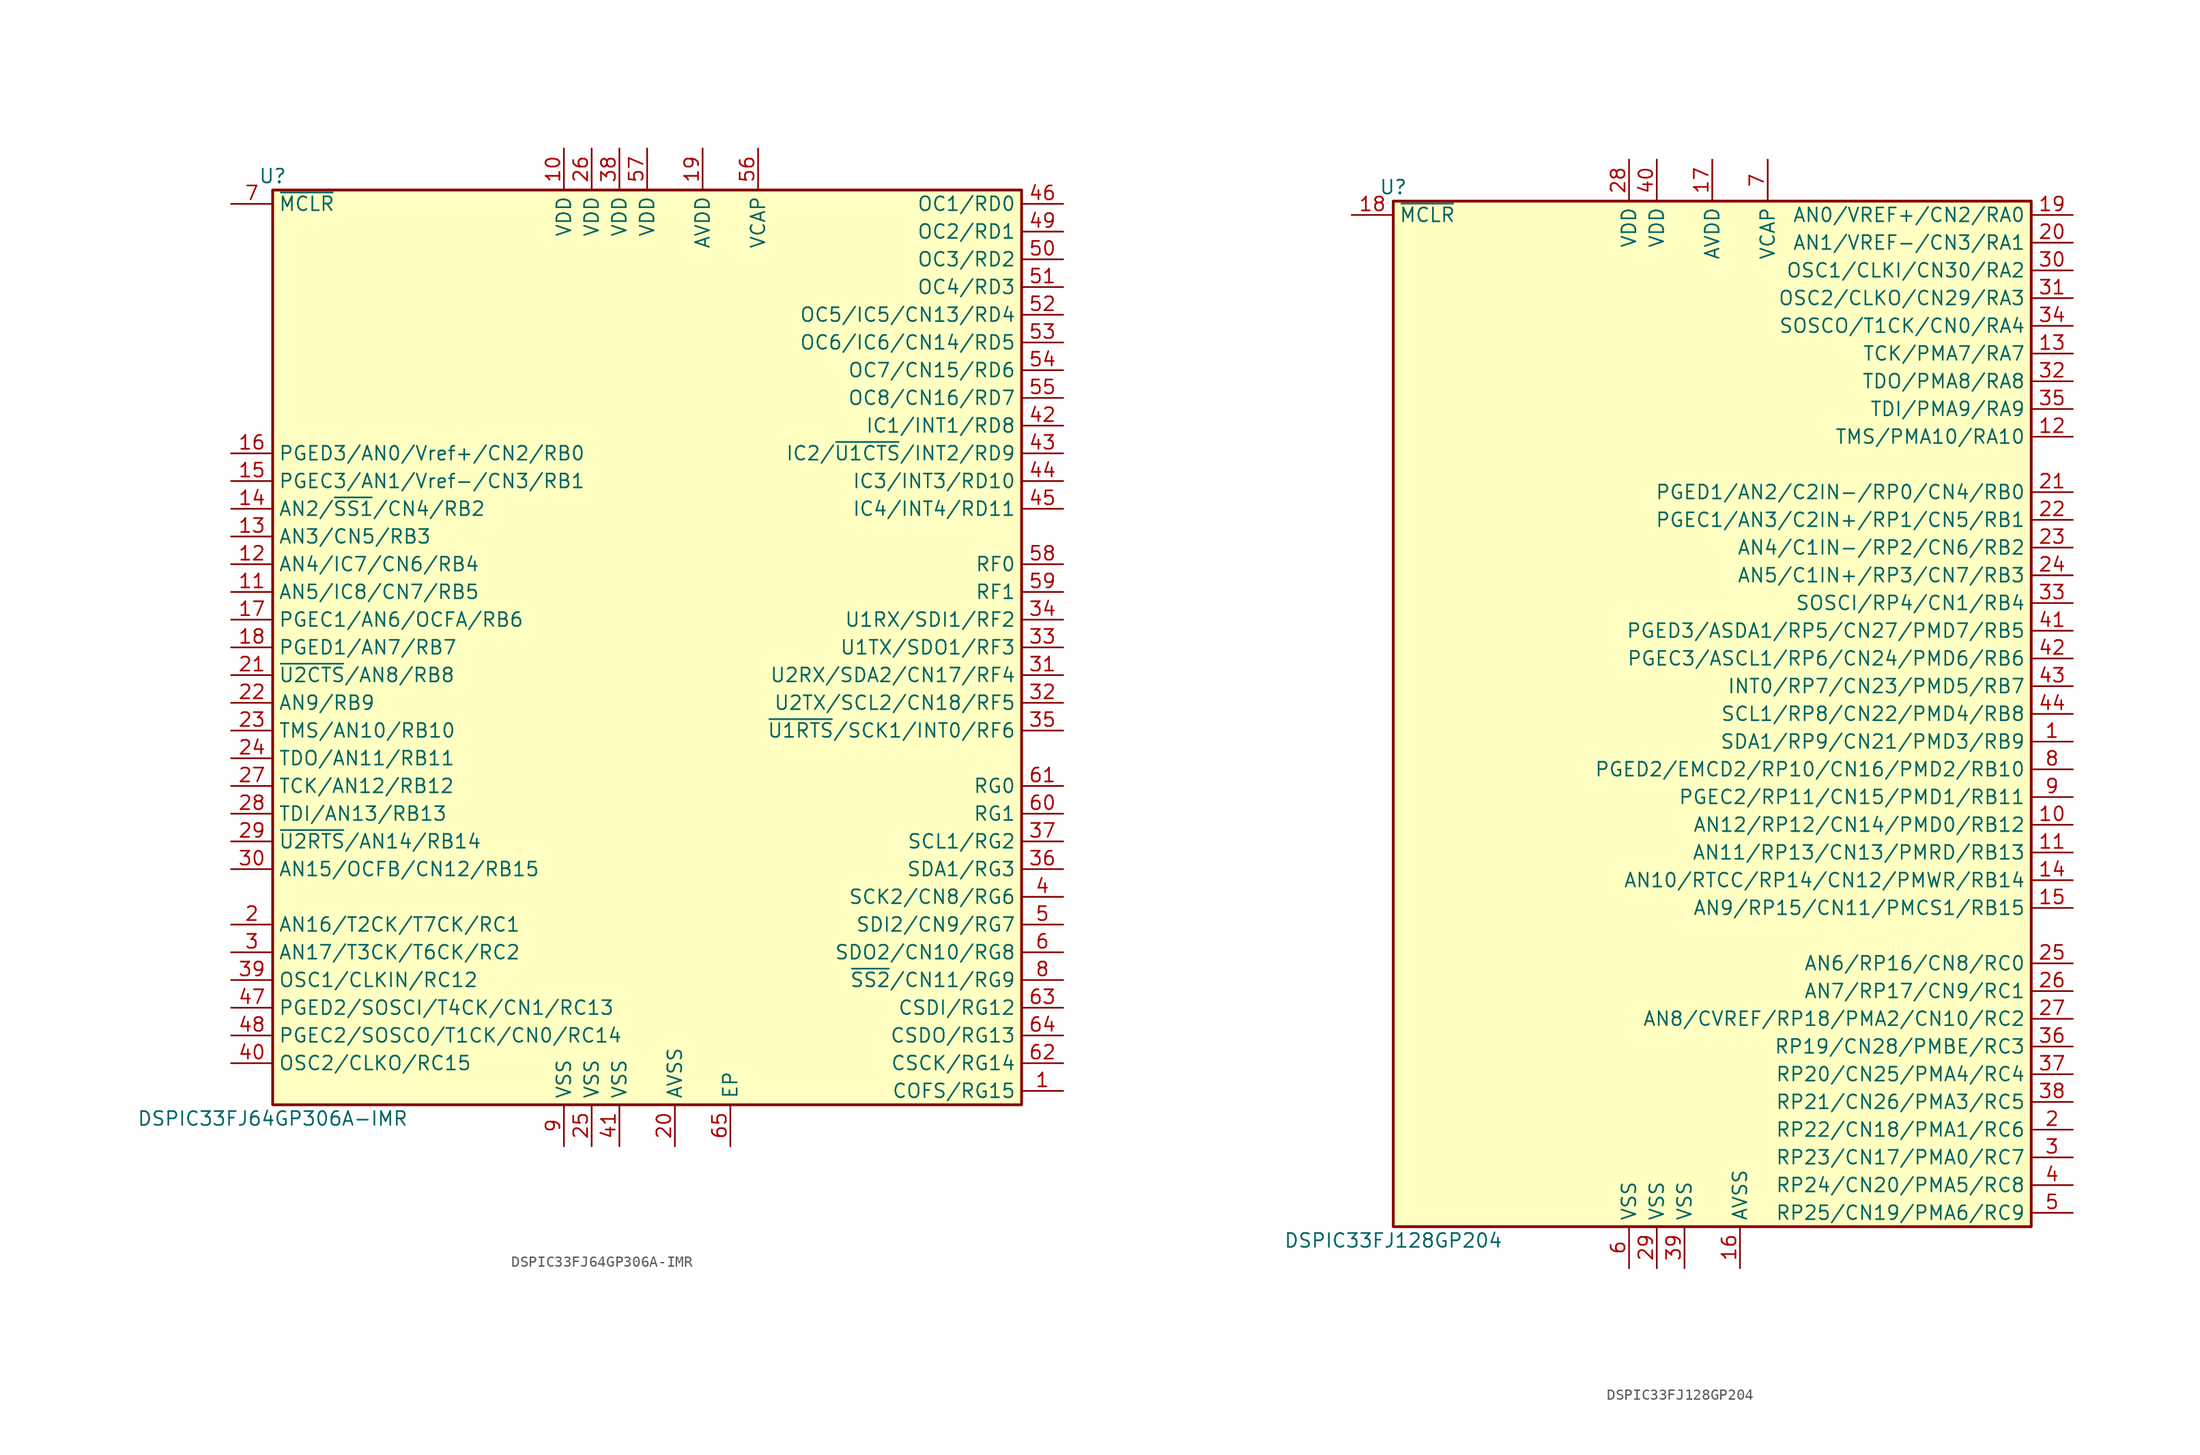
<source format=kicad_sym>
(kicad_symbol_lib
  (version 20231120)
  (generator "kicad_symbol_editor")
  (generator_version "8.0")
  (symbol "DSPIC33FJ64GP306A-IMR"
    (property "Reference" "U"
      (at -34.29 43.18 0)
      (effects (font (size 1.27 1.27))))
    (property "Value" "DSPIC33FJ64GP306A-IMR"
      (at -34.29 -43.18 0)
      (effects (font (size 1.27 1.27))))
    (symbol "DSPIC33FJ64GP306A-IMR_1_1"
      (rectangle (start -34.29 41.91) (end 34.29 -41.91) (stroke (width 0.254) (type default)) (fill (type background)))
      (pin bidirectional line (at 38.1 -40.64 180) (length 3.81) (name "COFS/RG15" (effects (font (size 1.27 1.27)))) (number "1" (effects (font (size 1.27 1.27)))))
      (pin power_in line (at -7.62 45.72 270) (length 3.81) (name "VDD" (effects (font (size 1.27 1.27)))) (number "10" (effects (font (size 1.27 1.27)))))
      (pin input line (at -38.1 5.08 0) (length 3.81) (name "AN5/IC8/CN7/RB5" (effects (font (size 1.27 1.27)))) (number "11" (effects (font (size 1.27 1.27)))))
      (pin input line (at -38.1 7.62 0) (length 3.81) (name "AN4/IC7/CN6/RB4" (effects (font (size 1.27 1.27)))) (number "12" (effects (font (size 1.27 1.27)))))
      (pin bidirectional line (at -38.1 10.16 0) (length 3.81) (name "AN3/CN5/RB3" (effects (font (size 1.27 1.27)))) (number "13" (effects (font (size 1.27 1.27)))))
      (pin bidirectional line (at -38.1 12.7 0) (length 3.81) (name "AN2/~{SS1}/CN4/RB2" (effects (font (size 1.27 1.27)))) (number "14" (effects (font (size 1.27 1.27)))))
      (pin bidirectional line (at -38.1 15.24 0) (length 3.81) (name "PGEC3/AN1/Vref-/CN3/RB1" (effects (font (size 1.27 1.27)))) (number "15" (effects (font (size 1.27 1.27)))))
      (pin bidirectional line (at -38.1 17.78 0) (length 3.81) (name "PGED3/AN0/Vref+/CN2/RB0" (effects (font (size 1.27 1.27)))) (number "16" (effects (font (size 1.27 1.27)))))
      (pin input line (at -38.1 2.54 0) (length 3.81) (name "PGEC1/AN6/OCFA/RB6" (effects (font (size 1.27 1.27)))) (number "17" (effects (font (size 1.27 1.27)))))
      (pin input line (at -38.1 0 0) (length 3.81) (name "PGED1/AN7/RB7" (effects (font (size 1.27 1.27)))) (number "18" (effects (font (size 1.27 1.27)))))
      (pin power_in line (at 5.08 45.72 270) (length 3.81) (name "AVDD" (effects (font (size 1.27 1.27)))) (number "19" (effects (font (size 1.27 1.27)))))
      (pin bidirectional line (at -38.1 -25.4 0) (length 3.81) (name "AN16/T2CK/T7CK/RC1" (effects (font (size 1.27 1.27)))) (number "2" (effects (font (size 1.27 1.27)))))
      (pin power_in line (at 2.54 -45.72 90) (length 3.81) (name "AVSS" (effects (font (size 1.27 1.27)))) (number "20" (effects (font (size 1.27 1.27)))))
      (pin input line (at -38.1 -2.54 0) (length 3.81) (name "~{U2CTS}/AN8/RB8" (effects (font (size 1.27 1.27)))) (number "21" (effects (font (size 1.27 1.27)))))
      (pin bidirectional line (at -38.1 -5.08 0) (length 3.81) (name "AN9/RB9" (effects (font (size 1.27 1.27)))) (number "22" (effects (font (size 1.27 1.27)))))
      (pin bidirectional line (at -38.1 -7.62 0) (length 3.81) (name "TMS/AN10/RB10" (effects (font (size 1.27 1.27)))) (number "23" (effects (font (size 1.27 1.27)))))
      (pin bidirectional line (at -38.1 -10.16 0) (length 3.81) (name "TDO/AN11/RB11" (effects (font (size 1.27 1.27)))) (number "24" (effects (font (size 1.27 1.27)))))
      (pin power_in line (at -5.08 -45.72 90) (length 3.81) (name "VSS" (effects (font (size 1.27 1.27)))) (number "25" (effects (font (size 1.27 1.27)))))
      (pin power_in line (at -5.08 45.72 270) (length 3.81) (name "VDD" (effects (font (size 1.27 1.27)))) (number "26" (effects (font (size 1.27 1.27)))))
      (pin bidirectional line (at -38.1 -12.7 0) (length 3.81) (name "TCK/AN12/RB12" (effects (font (size 1.27 1.27)))) (number "27" (effects (font (size 1.27 1.27)))))
      (pin bidirectional line (at -38.1 -15.24 0) (length 3.81) (name "TDI/AN13/RB13" (effects (font (size 1.27 1.27)))) (number "28" (effects (font (size 1.27 1.27)))))
      (pin bidirectional line (at -38.1 -17.78 0) (length 3.81) (name "~{U2RTS}/AN14/RB14" (effects (font (size 1.27 1.27)))) (number "29" (effects (font (size 1.27 1.27)))))
      (pin bidirectional line (at -38.1 -27.94 0) (length 3.81) (name "AN17/T3CK/T6CK/RC2" (effects (font (size 1.27 1.27)))) (number "3" (effects (font (size 1.27 1.27)))))
      (pin bidirectional line (at -38.1 -20.32 0) (length 3.81) (name "AN15/OCFB/CN12/RB15" (effects (font (size 1.27 1.27)))) (number "30" (effects (font (size 1.27 1.27)))))
      (pin bidirectional line (at 38.1 -2.54 180) (length 3.81) (name "U2RX/SDA2/CN17/RF4" (effects (font (size 1.27 1.27)))) (number "31" (effects (font (size 1.27 1.27)))))
      (pin bidirectional line (at 38.1 -5.08 180) (length 3.81) (name "U2TX/SCL2/CN18/RF5" (effects (font (size 1.27 1.27)))) (number "32" (effects (font (size 1.27 1.27)))))
      (pin bidirectional line (at 38.1 0 180) (length 3.81) (name "U1TX/SDO1/RF3" (effects (font (size 1.27 1.27)))) (number "33" (effects (font (size 1.27 1.27)))))
      (pin bidirectional line (at 38.1 2.54 180) (length 3.81) (name "U1RX/SDI1/RF2" (effects (font (size 1.27 1.27)))) (number "34" (effects (font (size 1.27 1.27)))))
      (pin bidirectional line (at 38.1 -7.62 180) (length 3.81) (name "~{U1RTS}/SCK1/INT0/RF6" (effects (font (size 1.27 1.27)))) (number "35" (effects (font (size 1.27 1.27)))))
      (pin bidirectional line (at 38.1 -20.32 180) (length 3.81) (name "SDA1/RG3" (effects (font (size 1.27 1.27)))) (number "36" (effects (font (size 1.27 1.27)))))
      (pin bidirectional line (at 38.1 -17.78 180) (length 3.81) (name "SCL1/RG2" (effects (font (size 1.27 1.27)))) (number "37" (effects (font (size 1.27 1.27)))))
      (pin power_in line (at -2.54 45.72 270) (length 3.81) (name "VDD" (effects (font (size 1.27 1.27)))) (number "38" (effects (font (size 1.27 1.27)))))
      (pin bidirectional line (at -38.1 -30.48 0) (length 3.81) (name "OSC1/CLKIN/RC12" (effects (font (size 1.27 1.27)))) (number "39" (effects (font (size 1.27 1.27)))))
      (pin bidirectional line (at 38.1 -22.86 180) (length 3.81) (name "SCK2/CN8/RG6" (effects (font (size 1.27 1.27)))) (number "4" (effects (font (size 1.27 1.27)))))
      (pin bidirectional line (at -38.1 -38.1 0) (length 3.81) (name "OSC2/CLKO/RC15" (effects (font (size 1.27 1.27)))) (number "40" (effects (font (size 1.27 1.27)))))
      (pin power_in line (at -2.54 -45.72 90) (length 3.81) (name "VSS" (effects (font (size 1.27 1.27)))) (number "41" (effects (font (size 1.27 1.27)))))
      (pin bidirectional line (at 38.1 20.32 180) (length 3.81) (name "IC1/INT1/RD8" (effects (font (size 1.27 1.27)))) (number "42" (effects (font (size 1.27 1.27)))))
      (pin bidirectional line (at 38.1 17.78 180) (length 3.81) (name "IC2/~{U1CTS}/INT2/RD9" (effects (font (size 1.27 1.27)))) (number "43" (effects (font (size 1.27 1.27)))))
      (pin bidirectional line (at 38.1 15.24 180) (length 3.81) (name "IC3/INT3/RD10" (effects (font (size 1.27 1.27)))) (number "44" (effects (font (size 1.27 1.27)))))
      (pin bidirectional line (at 38.1 12.7 180) (length 3.81) (name "IC4/INT4/RD11" (effects (font (size 1.27 1.27)))) (number "45" (effects (font (size 1.27 1.27)))))
      (pin bidirectional line (at 38.1 40.64 180) (length 3.81) (name "OC1/RD0" (effects (font (size 1.27 1.27)))) (number "46" (effects (font (size 1.27 1.27)))))
      (pin bidirectional line (at -38.1 -33.02 0) (length 3.81) (name "PGED2/SOSCI/T4CK/CN1/RC13" (effects (font (size 1.27 1.27)))) (number "47" (effects (font (size 1.27 1.27)))))
      (pin bidirectional line (at -38.1 -35.56 0) (length 3.81) (name "PGEC2/SOSCO/T1CK/CN0/RC14" (effects (font (size 1.27 1.27)))) (number "48" (effects (font (size 1.27 1.27)))))
      (pin bidirectional line (at 38.1 38.1 180) (length 3.81) (name "OC2/RD1" (effects (font (size 1.27 1.27)))) (number "49" (effects (font (size 1.27 1.27)))))
      (pin bidirectional line (at 38.1 -25.4 180) (length 3.81) (name "SDI2/CN9/RG7" (effects (font (size 1.27 1.27)))) (number "5" (effects (font (size 1.27 1.27)))))
      (pin bidirectional line (at 38.1 35.56 180) (length 3.81) (name "OC3/RD2" (effects (font (size 1.27 1.27)))) (number "50" (effects (font (size 1.27 1.27)))))
      (pin bidirectional line (at 38.1 33.02 180) (length 3.81) (name "OC4/RD3" (effects (font (size 1.27 1.27)))) (number "51" (effects (font (size 1.27 1.27)))))
      (pin bidirectional line (at 38.1 30.48 180) (length 3.81) (name "OC5/IC5/CN13/RD4" (effects (font (size 1.27 1.27)))) (number "52" (effects (font (size 1.27 1.27)))))
      (pin bidirectional line (at 38.1 27.94 180) (length 3.81) (name "OC6/IC6/CN14/RD5" (effects (font (size 1.27 1.27)))) (number "53" (effects (font (size 1.27 1.27)))))
      (pin bidirectional line (at 38.1 25.4 180) (length 3.81) (name "OC7/CN15/RD6" (effects (font (size 1.27 1.27)))) (number "54" (effects (font (size 1.27 1.27)))))
      (pin bidirectional line (at 38.1 22.86 180) (length 3.81) (name "OC8/CN16/RD7" (effects (font (size 1.27 1.27)))) (number "55" (effects (font (size 1.27 1.27)))))
      (pin power_in line (at 10.16 45.72 270) (length 3.81) (name "VCAP" (effects (font (size 1.27 1.27)))) (number "56" (effects (font (size 1.27 1.27)))))
      (pin power_in line (at 0 45.72 270) (length 3.81) (name "VDD" (effects (font (size 1.27 1.27)))) (number "57" (effects (font (size 1.27 1.27)))))
      (pin bidirectional line (at 38.1 7.62 180) (length 3.81) (name "RF0" (effects (font (size 1.27 1.27)))) (number "58" (effects (font (size 1.27 1.27)))))
      (pin bidirectional line (at 38.1 5.08 180) (length 3.81) (name "RF1" (effects (font (size 1.27 1.27)))) (number "59" (effects (font (size 1.27 1.27)))))
      (pin bidirectional line (at 38.1 -27.94 180) (length 3.81) (name "SDO2/CN10/RG8" (effects (font (size 1.27 1.27)))) (number "6" (effects (font (size 1.27 1.27)))))
      (pin bidirectional line (at 38.1 -15.24 180) (length 3.81) (name "RG1" (effects (font (size 1.27 1.27)))) (number "60" (effects (font (size 1.27 1.27)))))
      (pin bidirectional line (at 38.1 -12.7 180) (length 3.81) (name "RG0" (effects (font (size 1.27 1.27)))) (number "61" (effects (font (size 1.27 1.27)))))
      (pin bidirectional line (at 38.1 -38.1 180) (length 3.81) (name "CSCK/RG14" (effects (font (size 1.27 1.27)))) (number "62" (effects (font (size 1.27 1.27)))))
      (pin bidirectional line (at 38.1 -33.02 180) (length 3.81) (name "CSDI/RG12" (effects (font (size 1.27 1.27)))) (number "63" (effects (font (size 1.27 1.27)))))
      (pin bidirectional line (at 38.1 -35.56 180) (length 3.81) (name "CSDO/RG13" (effects (font (size 1.27 1.27)))) (number "64" (effects (font (size 1.27 1.27)))))
      (pin power_in line (at 7.62 -45.72 90) (length 3.81) (name "EP" (effects (font (size 1.27 1.27)))) (number "65" (effects (font (size 1.27 1.27)))))
      (pin input line (at -38.1 40.64 0) (length 3.81) (name "~{MCLR}" (effects (font (size 1.27 1.27)))) (number "7" (effects (font (size 1.27 1.27)))))
      (pin bidirectional line (at 38.1 -30.48 180) (length 3.81) (name "~{SS2}/CN11/RG9" (effects (font (size 1.27 1.27)))) (number "8" (effects (font (size 1.27 1.27)))))
      (pin power_in line (at -7.62 -45.72 90) (length 3.81) (name "VSS" (effects (font (size 1.27 1.27)))) (number "9" (effects (font (size 1.27 1.27)))))))
  (symbol "DSPIC33FJ128GP204"
    (property "Reference" "U"
      (at -29.21 48.26 0)
      (effects (font (size 1.27 1.27))))
    (property "Value" "DSPIC33FJ128GP204"
      (at -29.21 -48.26 0)
      (effects (font (size 1.27 1.27))))
    (symbol "DSPIC33FJ128GP204_1_1"
      (rectangle (start -29.21 46.99) (end 29.21 -46.99) (stroke (width 0.254) (type default)) (fill (type background)))
      (pin bidirectional line (at 33.02 -2.54 180) (length 3.81) (name "SDA1/RP9/CN21/PMD3/RB9" (effects (font (size 1.27 1.27)))) (number "1" (effects (font (size 1.27 1.27)))))
      (pin bidirectional line (at 33.02 -10.16 180) (length 3.81) (name "AN12/RP12/CN14/PMD0/RB12" (effects (font (size 1.27 1.27)))) (number "10" (effects (font (size 1.27 1.27)))))
      (pin bidirectional line (at 33.02 -12.7 180) (length 3.81) (name "AN11/RP13/CN13/PMRD/RB13" (effects (font (size 1.27 1.27)))) (number "11" (effects (font (size 1.27 1.27)))))
      (pin bidirectional line (at 33.02 25.4 180) (length 3.81) (name "TMS/PMA10/RA10" (effects (font (size 1.27 1.27)))) (number "12" (effects (font (size 1.27 1.27)))))
      (pin bidirectional line (at 33.02 33.02 180) (length 3.81) (name "TCK/PMA7/RA7" (effects (font (size 1.27 1.27)))) (number "13" (effects (font (size 1.27 1.27)))))
      (pin bidirectional line (at 33.02 -15.24 180) (length 3.81) (name "AN10/RTCC/RP14/CN12/PMWR/RB14" (effects (font (size 1.27 1.27)))) (number "14" (effects (font (size 1.27 1.27)))))
      (pin bidirectional line (at 33.02 -17.78 180) (length 3.81) (name "AN9/RP15/CN11/PMCS1/RB15" (effects (font (size 1.27 1.27)))) (number "15" (effects (font (size 1.27 1.27)))))
      (pin power_in line (at 2.54 -50.8 90) (length 3.81) (name "AVSS" (effects (font (size 1.27 1.27)))) (number "16" (effects (font (size 1.27 1.27)))))
      (pin power_in line (at 0 50.8 270) (length 3.81) (name "AVDD" (effects (font (size 1.27 1.27)))) (number "17" (effects (font (size 1.27 1.27)))))
      (pin input line (at -33.02 45.72 0) (length 3.81) (name "~{MCLR}" (effects (font (size 1.27 1.27)))) (number "18" (effects (font (size 1.27 1.27)))))
      (pin bidirectional line (at 33.02 45.72 180) (length 3.81) (name "AN0/VREF+/CN2/RA0" (effects (font (size 1.27 1.27)))) (number "19" (effects (font (size 1.27 1.27)))))
      (pin bidirectional line (at 33.02 -38.1 180) (length 3.81) (name "RP22/CN18/PMA1/RC6" (effects (font (size 1.27 1.27)))) (number "2" (effects (font (size 1.27 1.27)))))
      (pin bidirectional line (at 33.02 43.18 180) (length 3.81) (name "AN1/VREF-/CN3/RA1" (effects (font (size 1.27 1.27)))) (number "20" (effects (font (size 1.27 1.27)))))
      (pin bidirectional line (at 33.02 20.32 180) (length 3.81) (name "PGED1/AN2/C2IN-/RP0/CN4/RB0" (effects (font (size 1.27 1.27)))) (number "21" (effects (font (size 1.27 1.27)))))
      (pin bidirectional line (at 33.02 17.78 180) (length 3.81) (name "PGEC1/AN3/C2IN+/RP1/CN5/RB1" (effects (font (size 1.27 1.27)))) (number "22" (effects (font (size 1.27 1.27)))))
      (pin bidirectional line (at 33.02 15.24 180) (length 3.81) (name "AN4/C1IN-/RP2/CN6/RB2" (effects (font (size 1.27 1.27)))) (number "23" (effects (font (size 1.27 1.27)))))
      (pin bidirectional line (at 33.02 12.7 180) (length 3.81) (name "AN5/C1IN+/RP3/CN7/RB3" (effects (font (size 1.27 1.27)))) (number "24" (effects (font (size 1.27 1.27)))))
      (pin bidirectional line (at 33.02 -22.86 180) (length 3.81) (name "AN6/RP16/CN8/RC0" (effects (font (size 1.27 1.27)))) (number "25" (effects (font (size 1.27 1.27)))))
      (pin bidirectional line (at 33.02 -25.4 180) (length 3.81) (name "AN7/RP17/CN9/RC1" (effects (font (size 1.27 1.27)))) (number "26" (effects (font (size 1.27 1.27)))))
      (pin bidirectional line (at 33.02 -27.94 180) (length 3.81) (name "AN8/CVREF/RP18/PMA2/CN10/RC2" (effects (font (size 1.27 1.27)))) (number "27" (effects (font (size 1.27 1.27)))))
      (pin power_in line (at -7.62 50.8 270) (length 3.81) (name "VDD" (effects (font (size 1.27 1.27)))) (number "28" (effects (font (size 1.27 1.27)))))
      (pin power_in line (at -5.08 -50.8 90) (length 3.81) (name "VSS" (effects (font (size 1.27 1.27)))) (number "29" (effects (font (size 1.27 1.27)))))
      (pin bidirectional line (at 33.02 -40.64 180) (length 3.81) (name "RP23/CN17/PMA0/RC7" (effects (font (size 1.27 1.27)))) (number "3" (effects (font (size 1.27 1.27)))))
      (pin input line (at 33.02 40.64 180) (length 3.81) (name "OSC1/CLKI/CN30/RA2" (effects (font (size 1.27 1.27)))) (number "30" (effects (font (size 1.27 1.27)))))
      (pin input line (at 33.02 38.1 180) (length 3.81) (name "OSC2/CLKO/CN29/RA3" (effects (font (size 1.27 1.27)))) (number "31" (effects (font (size 1.27 1.27)))))
      (pin input line (at 33.02 30.48 180) (length 3.81) (name "TDO/PMA8/RA8" (effects (font (size 1.27 1.27)))) (number "32" (effects (font (size 1.27 1.27)))))
      (pin input line (at 33.02 10.16 180) (length 3.81) (name "SOSCI/RP4/CN1/RB4" (effects (font (size 1.27 1.27)))) (number "33" (effects (font (size 1.27 1.27)))))
      (pin input line (at 33.02 35.56 180) (length 3.81) (name "SOSCO/T1CK/CN0/RA4" (effects (font (size 1.27 1.27)))) (number "34" (effects (font (size 1.27 1.27)))))
      (pin input line (at 33.02 27.94 180) (length 3.81) (name "TDI/PMA9/RA9" (effects (font (size 1.27 1.27)))) (number "35" (effects (font (size 1.27 1.27)))))
      (pin input line (at 33.02 -30.48 180) (length 3.81) (name "RP19/CN28/PMBE/RC3" (effects (font (size 1.27 1.27)))) (number "36" (effects (font (size 1.27 1.27)))))
      (pin input line (at 33.02 -33.02 180) (length 3.81) (name "RP20/CN25/PMA4/RC4" (effects (font (size 1.27 1.27)))) (number "37" (effects (font (size 1.27 1.27)))))
      (pin input line (at 33.02 -35.56 180) (length 3.81) (name "RP21/CN26/PMA3/RC5" (effects (font (size 1.27 1.27)))) (number "38" (effects (font (size 1.27 1.27)))))
      (pin power_in line (at -2.54 -50.8 90) (length 3.81) (name "VSS" (effects (font (size 1.27 1.27)))) (number "39" (effects (font (size 1.27 1.27)))))
      (pin bidirectional line (at 33.02 -43.18 180) (length 3.81) (name "RP24/CN20/PMA5/RC8" (effects (font (size 1.27 1.27)))) (number "4" (effects (font (size 1.27 1.27)))))
      (pin power_in line (at -5.08 50.8 270) (length 3.81) (name "VDD" (effects (font (size 1.27 1.27)))) (number "40" (effects (font (size 1.27 1.27)))))
      (pin input line (at 33.02 7.62 180) (length 3.81) (name "PGED3/ASDA1/RP5/CN27/PMD7/RB5" (effects (font (size 1.27 1.27)))) (number "41" (effects (font (size 1.27 1.27)))))
      (pin input line (at 33.02 5.08 180) (length 3.81) (name "PGEC3/ASCL1/RP6/CN24/PMD6/RB6" (effects (font (size 1.27 1.27)))) (number "42" (effects (font (size 1.27 1.27)))))
      (pin input line (at 33.02 2.54 180) (length 3.81) (name "INT0/RP7/CN23/PMD5/RB7" (effects (font (size 1.27 1.27)))) (number "43" (effects (font (size 1.27 1.27)))))
      (pin input line (at 33.02 0 180) (length 3.81) (name "SCL1/RP8/CN22/PMD4/RB8" (effects (font (size 1.27 1.27)))) (number "44" (effects (font (size 1.27 1.27)))))
      (pin bidirectional line (at 33.02 -45.72 180) (length 3.81) (name "RP25/CN19/PMA6/RC9" (effects (font (size 1.27 1.27)))) (number "5" (effects (font (size 1.27 1.27)))))
      (pin power_in line (at -7.62 -50.8 90) (length 3.81) (name "VSS" (effects (font (size 1.27 1.27)))) (number "6" (effects (font (size 1.27 1.27)))))
      (pin power_in line (at 5.08 50.8 270) (length 3.81) (name "VCAP" (effects (font (size 1.27 1.27)))) (number "7" (effects (font (size 1.27 1.27)))))
      (pin bidirectional line (at 33.02 -5.08 180) (length 3.81) (name "PGED2/EMCD2/RP10/CN16/PMD2/RB10" (effects (font (size 1.27 1.27)))) (number "8" (effects (font (size 1.27 1.27)))))
      (pin bidirectional line (at 33.02 -7.62 180) (length 3.81) (name "PGEC2/RP11/CN15/PMD1/RB11" (effects (font (size 1.27 1.27)))) (number "9" (effects (font (size 1.27 1.27))))))))
</source>
